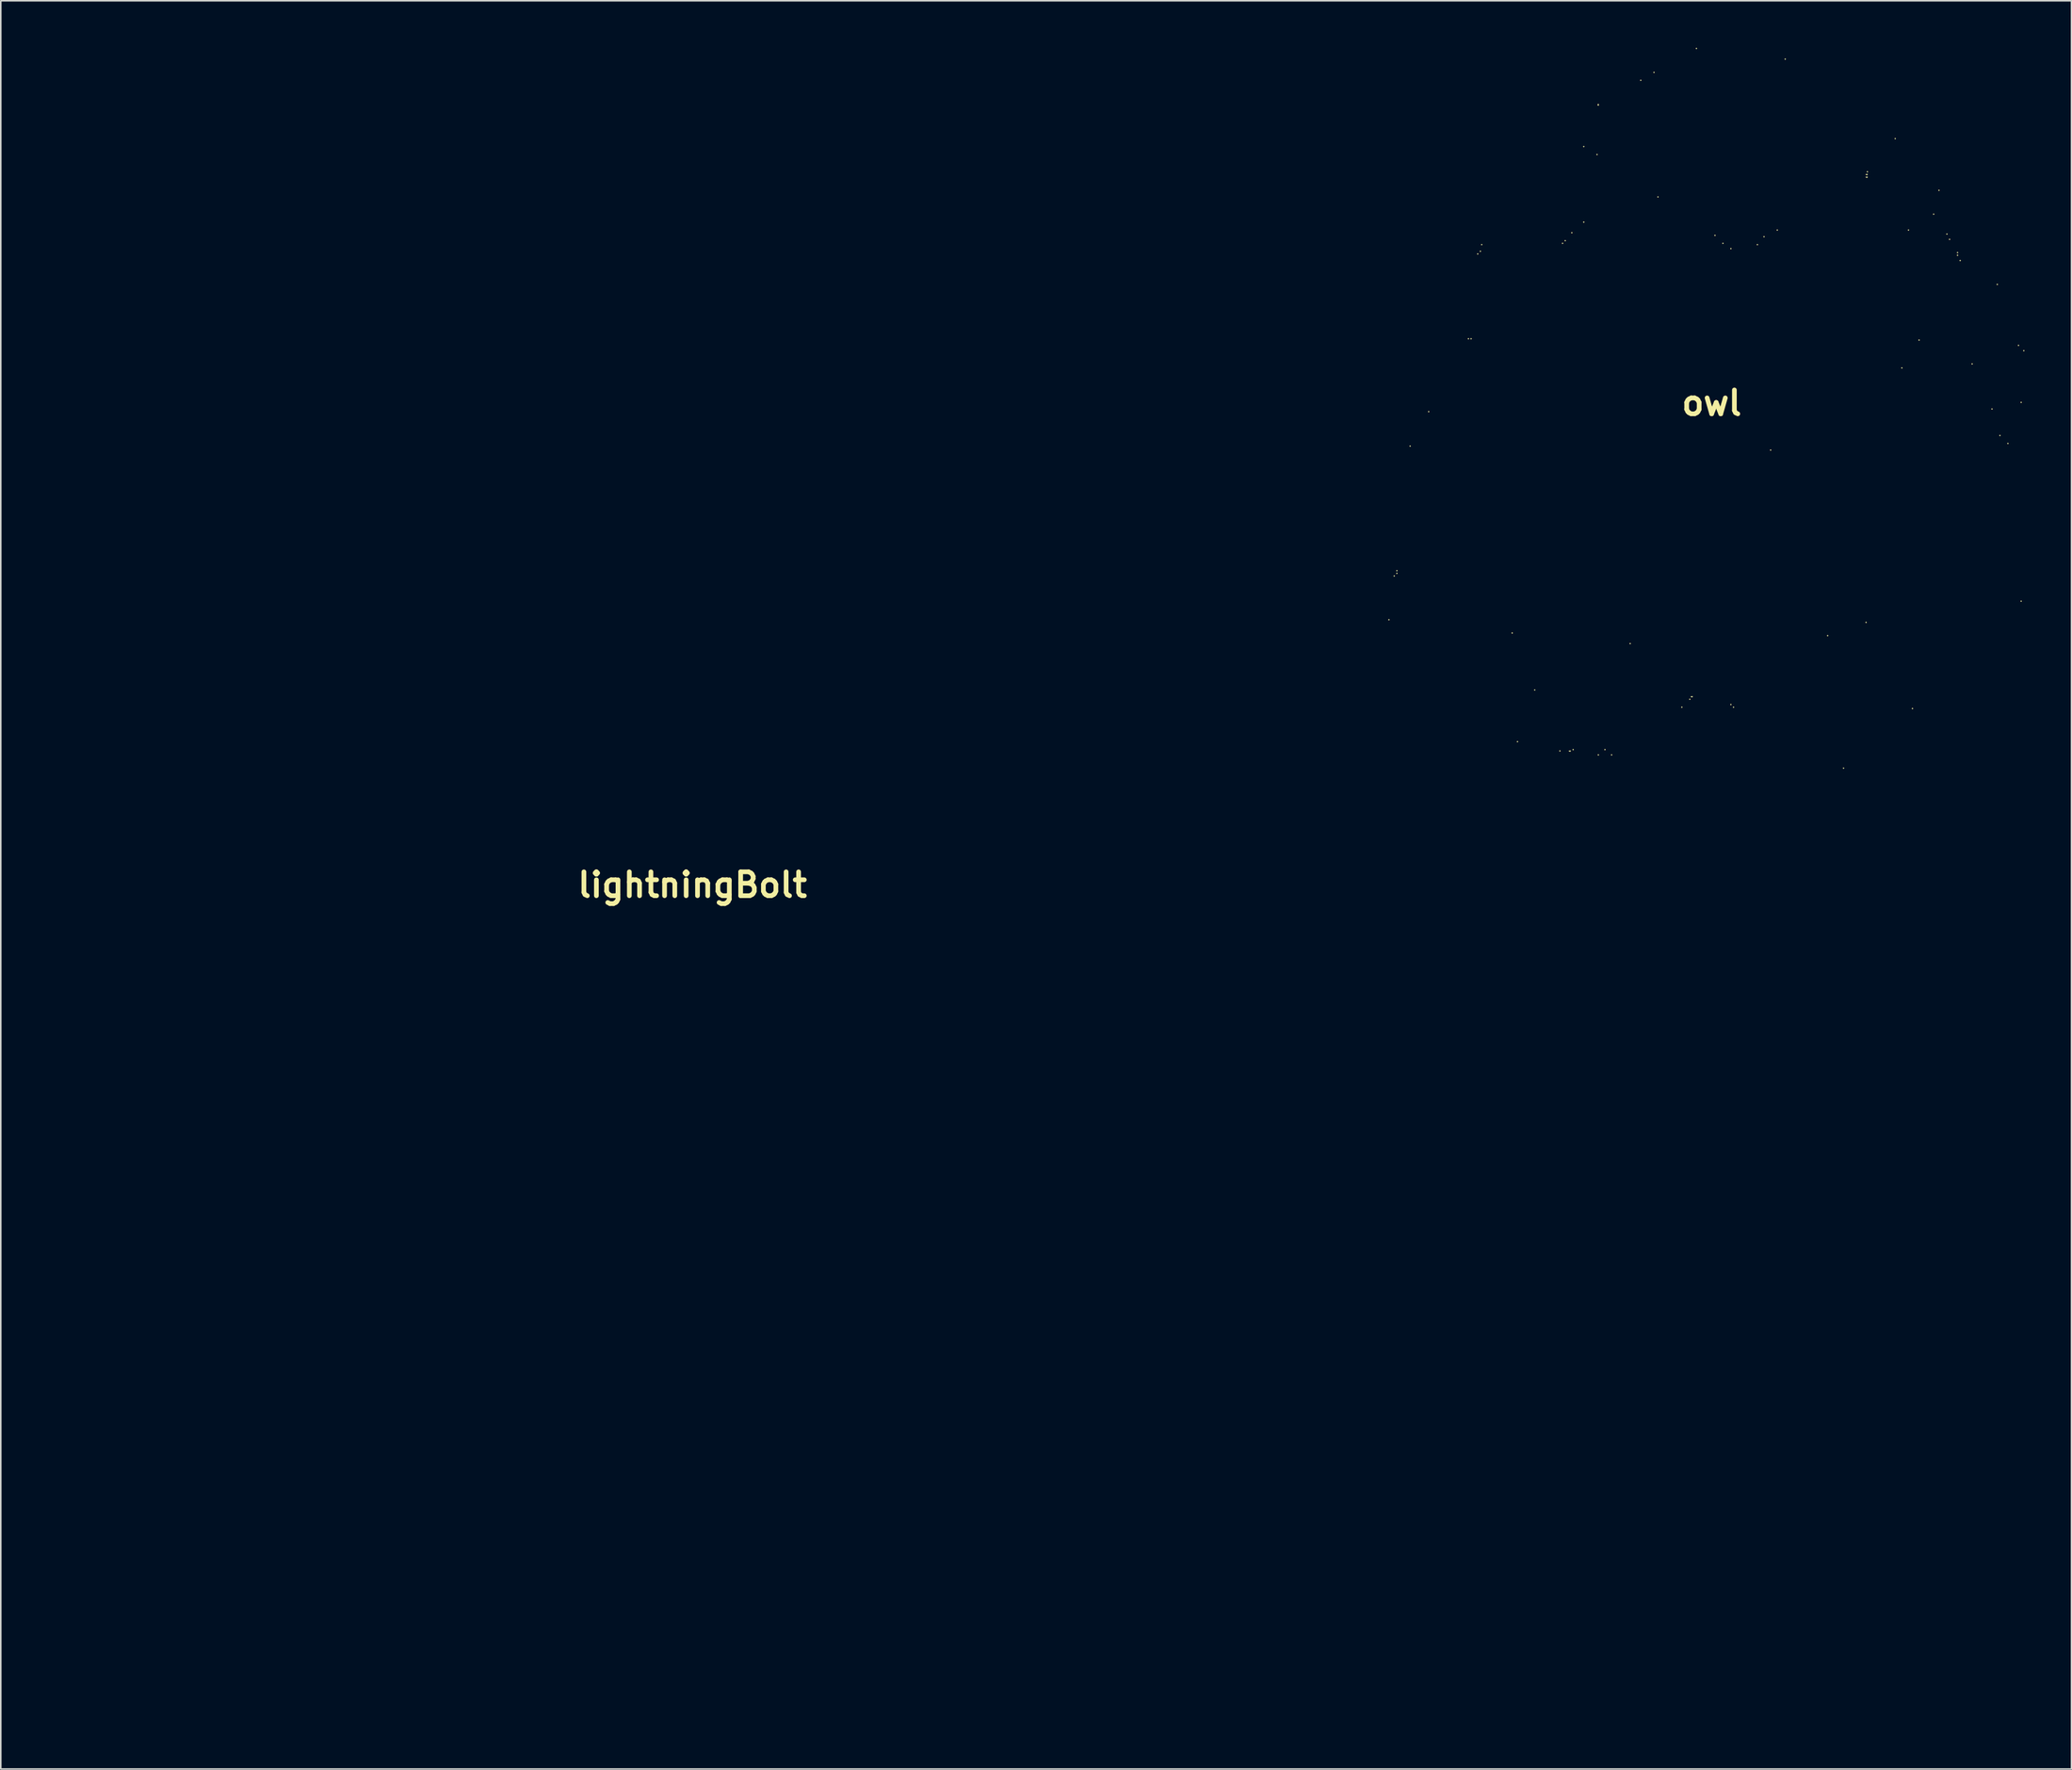
<source format=kicad_pcb>
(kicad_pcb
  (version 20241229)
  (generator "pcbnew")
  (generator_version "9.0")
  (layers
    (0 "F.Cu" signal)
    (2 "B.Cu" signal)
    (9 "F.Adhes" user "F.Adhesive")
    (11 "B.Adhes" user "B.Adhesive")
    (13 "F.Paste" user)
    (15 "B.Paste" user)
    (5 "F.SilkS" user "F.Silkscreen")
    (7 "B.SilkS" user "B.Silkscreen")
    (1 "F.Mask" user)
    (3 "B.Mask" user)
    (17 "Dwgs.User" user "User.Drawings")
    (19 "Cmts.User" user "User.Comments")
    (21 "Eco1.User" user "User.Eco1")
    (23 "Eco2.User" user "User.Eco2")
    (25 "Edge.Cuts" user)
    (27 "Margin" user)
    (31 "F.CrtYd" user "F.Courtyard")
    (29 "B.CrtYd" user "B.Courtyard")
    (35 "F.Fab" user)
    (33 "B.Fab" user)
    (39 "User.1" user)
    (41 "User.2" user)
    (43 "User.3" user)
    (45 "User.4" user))
  (footprint "owl"
    (layer "F.Cu")
    (at 106.291 22.696)
    (property "Reference" "owl" (at 0 0 0) (layer "F.SilkS") (effects (font (size 1.524 1.524) (thickness 0.3))))
    (attr through_hole)
    (fp_poly (pts (xy -20.574 13.843) (xy -20.616 13.885) (xy -20.659 13.843) (xy -20.616 13.801) (xy -20.574 13.843)) (stroke (width 0.01) (type solid)) (fill yes) (layer "F.SilkS"))
    (fp_poly (pts (xy -20.235 11.049) (xy -20.278 11.091) (xy -20.32 11.049) (xy -20.278 11.007) (xy -20.235 11.049)) (stroke (width 0.01) (type solid)) (fill yes) (layer "F.SilkS"))
    (fp_poly (pts (xy -20.066 10.71) (xy -20.108 10.753) (xy -20.151 10.71) (xy -20.108 10.668) (xy -20.066 10.71)) (stroke (width 0.01) (type solid)) (fill yes) (layer "F.SilkS"))
    (fp_poly (pts (xy -20.066 10.88) (xy -20.108 10.922) (xy -20.151 10.88) (xy -20.108 10.837) (xy -20.066 10.88)) (stroke (width 0.01) (type solid)) (fill yes) (layer "F.SilkS"))
    (fp_poly (pts (xy -19.219 2.752) (xy -19.262 2.794) (xy -19.304 2.752) (xy -19.262 2.709) (xy -19.219 2.752)) (stroke (width 0.01) (type solid)) (fill yes) (layer "F.SilkS"))
    (fp_poly (pts (xy -18.034 0.55) (xy -18.076 0.593) (xy -18.119 0.55) (xy -18.076 0.508) (xy -18.034 0.55)) (stroke (width 0.01) (type solid)) (fill yes) (layer "F.SilkS"))
    (fp_poly (pts (xy -15.494 -4.106) (xy -15.536 -4.064) (xy -15.579 -4.106) (xy -15.536 -4.149) (xy -15.494 -4.106)) (stroke (width 0.01) (type solid)) (fill yes) (layer "F.SilkS"))
    (fp_poly (pts (xy -15.325 -4.106) (xy -15.367 -4.064) (xy -15.409 -4.106) (xy -15.367 -4.149) (xy -15.325 -4.106)) (stroke (width 0.01) (type solid)) (fill yes) (layer "F.SilkS"))
    (fp_poly (pts (xy -14.901 -9.525) (xy -14.944 -9.483) (xy -14.986 -9.525) (xy -14.944 -9.567) (xy -14.901 -9.525)) (stroke (width 0.01) (type solid)) (fill yes) (layer "F.SilkS"))
    (fp_poly (pts (xy -14.732 -9.694) (xy -14.774 -9.652) (xy -14.817 -9.694) (xy -14.774 -9.737) (xy -14.732 -9.694)) (stroke (width 0.01) (type solid)) (fill yes) (layer "F.SilkS"))
    (fp_poly (pts (xy -14.647 -10.118) (xy -14.69 -10.075) (xy -14.732 -10.118) (xy -14.69 -10.16) (xy -14.647 -10.118)) (stroke (width 0.01) (type solid)) (fill yes) (layer "F.SilkS"))
    (fp_poly (pts (xy -12.7 14.69) (xy -12.742 14.732) (xy -12.785 14.69) (xy -12.742 14.647) (xy -12.7 14.69)) (stroke (width 0.01) (type solid)) (fill yes) (layer "F.SilkS"))
    (fp_poly (pts (xy -12.361 21.632) (xy -12.404 21.675) (xy -12.446 21.632) (xy -12.404 21.59) (xy -12.361 21.632)) (stroke (width 0.01) (type solid)) (fill yes) (layer "F.SilkS"))
    (fp_poly (pts (xy -11.261 18.33) (xy -11.303 18.373) (xy -11.345 18.33) (xy -11.303 18.288) (xy -11.261 18.33)) (stroke (width 0.01) (type solid)) (fill yes) (layer "F.SilkS"))
    (fp_poly (pts (xy -9.652 22.225) (xy -9.694 22.267) (xy -9.737 22.225) (xy -9.694 22.183) (xy -9.652 22.225)) (stroke (width 0.01) (type solid)) (fill yes) (layer "F.SilkS"))
    (fp_poly (pts (xy -9.483 -10.202) (xy -9.525 -10.16) (xy -9.567 -10.202) (xy -9.525 -10.245) (xy -9.483 -10.202)) (stroke (width 0.01) (type solid)) (fill yes) (layer "F.SilkS"))
    (fp_poly (pts (xy -9.313 -10.372) (xy -9.356 -10.329) (xy -9.398 -10.372) (xy -9.356 -10.414) (xy -9.313 -10.372)) (stroke (width 0.01) (type solid)) (fill yes) (layer "F.SilkS"))
    (fp_poly (pts (xy -8.89 -10.88) (xy -8.932 -10.837) (xy -8.975 -10.88) (xy -8.932 -10.922) (xy -8.89 -10.88)) (stroke (width 0.01) (type solid)) (fill yes) (layer "F.SilkS"))
    (fp_poly (pts (xy -8.805 22.14) (xy -8.848 22.183) (xy -8.89 22.14) (xy -8.848 22.098) (xy -8.805 22.14)) (stroke (width 0.01) (type solid)) (fill yes) (layer "F.SilkS"))
    (fp_poly (pts (xy -8.128 -16.383) (xy -8.17 -16.341) (xy -8.213 -16.383) (xy -8.17 -16.425) (xy -8.128 -16.383)) (stroke (width 0.01) (type solid)) (fill yes) (layer "F.SilkS"))
    (fp_poly (pts (xy -8.128 -11.557) (xy -8.17 -11.515) (xy -8.213 -11.557) (xy -8.17 -11.599) (xy -8.128 -11.557)) (stroke (width 0.01) (type solid)) (fill yes) (layer "F.SilkS"))
    (fp_poly (pts (xy -7.281 -15.875) (xy -7.324 -15.833) (xy -7.366 -15.875) (xy -7.324 -15.917) (xy -7.281 -15.875)) (stroke (width 0.01) (type solid)) (fill yes) (layer "F.SilkS"))
    (fp_poly (pts (xy -7.197 22.479) (xy -7.239 22.521) (xy -7.281 22.479) (xy -7.239 22.437) (xy -7.197 22.479)) (stroke (width 0.01) (type solid)) (fill yes) (layer "F.SilkS"))
    (fp_poly (pts (xy -6.773 22.14) (xy -6.816 22.183) (xy -6.858 22.14) (xy -6.816 22.098) (xy -6.773 22.14)) (stroke (width 0.01) (type solid)) (fill yes) (layer "F.SilkS"))
    (fp_poly (pts (xy -6.35 22.479) (xy -6.392 22.521) (xy -6.435 22.479) (xy -6.392 22.437) (xy -6.35 22.479)) (stroke (width 0.01) (type solid)) (fill yes) (layer "F.SilkS"))
    (fp_poly (pts (xy -5.165 15.367) (xy -5.207 15.409) (xy -5.249 15.367) (xy -5.207 15.325) (xy -5.165 15.367)) (stroke (width 0.01) (type solid)) (fill yes) (layer "F.SilkS"))
    (fp_poly (pts (xy -4.487 -20.616) (xy -4.53 -20.574) (xy -4.572 -20.616) (xy -4.53 -20.659) (xy -4.487 -20.616)) (stroke (width 0.01) (type solid)) (fill yes) (layer "F.SilkS"))
    (fp_poly (pts (xy -3.641 -21.124) (xy -3.683 -21.082) (xy -3.725 -21.124) (xy -3.683 -21.167) (xy -3.641 -21.124)) (stroke (width 0.01) (type solid)) (fill yes) (layer "F.SilkS"))
    (fp_poly (pts (xy -3.387 -13.166) (xy -3.429 -13.123) (xy -3.471 -13.166) (xy -3.429 -13.208) (xy -3.387 -13.166)) (stroke (width 0.01) (type solid)) (fill yes) (layer "F.SilkS"))
    (fp_poly (pts (xy -1.863 19.431) (xy -1.905 19.473) (xy -1.947 19.431) (xy -1.905 19.389) (xy -1.863 19.431)) (stroke (width 0.01) (type solid)) (fill yes) (layer "F.SilkS"))
    (fp_poly (pts (xy -1.355 18.923) (xy -1.397 18.965) (xy -1.439 18.923) (xy -1.397 18.881) (xy -1.355 18.923)) (stroke (width 0.01) (type solid)) (fill yes) (layer "F.SilkS"))
    (fp_poly (pts (xy -0.931 -22.648) (xy -0.974 -22.606) (xy -1.016 -22.648) (xy -0.974 -22.691) (xy -0.931 -22.648)) (stroke (width 0.01) (type solid)) (fill yes) (layer "F.SilkS"))
    (fp_poly (pts (xy 0.254 -10.71) (xy 0.212 -10.668) (xy 0.169 -10.71) (xy 0.212 -10.753) (xy 0.254 -10.71)) (stroke (width 0.01) (type solid)) (fill yes) (layer "F.SilkS"))
    (fp_poly (pts (xy 0.762 -10.202) (xy 0.72 -10.16) (xy 0.677 -10.202) (xy 0.72 -10.245) (xy 0.762 -10.202)) (stroke (width 0.01) (type solid)) (fill yes) (layer "F.SilkS"))
    (fp_poly (pts (xy 1.27 -9.864) (xy 1.228 -9.821) (xy 1.185 -9.864) (xy 1.228 -9.906) (xy 1.27 -9.864)) (stroke (width 0.01) (type solid)) (fill yes) (layer "F.SilkS"))
    (fp_poly (pts (xy 1.27 19.262) (xy 1.228 19.304) (xy 1.185 19.262) (xy 1.228 19.219) (xy 1.27 19.262)) (stroke (width 0.01) (type solid)) (fill yes) (layer "F.SilkS"))
    (fp_poly (pts (xy 1.439 19.431) (xy 1.397 19.473) (xy 1.355 19.431) (xy 1.397 19.389) (xy 1.439 19.431)) (stroke (width 0.01) (type solid)) (fill yes) (layer "F.SilkS"))
    (fp_poly (pts (xy 2.963 -10.118) (xy 2.921 -10.075) (xy 2.879 -10.118) (xy 2.921 -10.16) (xy 2.963 -10.118)) (stroke (width 0.01) (type solid)) (fill yes) (layer "F.SilkS"))
    (fp_poly (pts (xy 3.387 -10.626) (xy 3.344 -10.583) (xy 3.302 -10.626) (xy 3.344 -10.668) (xy 3.387 -10.626)) (stroke (width 0.01) (type solid)) (fill yes) (layer "F.SilkS"))
    (fp_poly (pts (xy 3.81 3.006) (xy 3.768 3.048) (xy 3.725 3.006) (xy 3.768 2.963) (xy 3.81 3.006)) (stroke (width 0.01) (type solid)) (fill yes) (layer "F.SilkS"))
    (fp_poly (pts (xy 4.233 -11.049) (xy 4.191 -11.007) (xy 4.149 -11.049) (xy 4.191 -11.091) (xy 4.233 -11.049)) (stroke (width 0.01) (type solid)) (fill yes) (layer "F.SilkS"))
    (fp_poly (pts (xy 4.741 -21.971) (xy 4.699 -21.929) (xy 4.657 -21.971) (xy 4.699 -22.013) (xy 4.741 -21.971)) (stroke (width 0.01) (type solid)) (fill yes) (layer "F.SilkS"))
    (fp_poly (pts (xy 7.451 14.859) (xy 7.408 14.901) (xy 7.366 14.859) (xy 7.408 14.817) (xy 7.451 14.859)) (stroke (width 0.01) (type solid)) (fill yes) (layer "F.SilkS"))
    (fp_poly (pts (xy 8.467 23.326) (xy 8.424 23.368) (xy 8.382 23.326) (xy 8.424 23.283) (xy 8.467 23.326)) (stroke (width 0.01) (type solid)) (fill yes) (layer "F.SilkS"))
    (fp_poly (pts (xy 9.906 14.012) (xy 9.864 14.055) (xy 9.821 14.012) (xy 9.864 13.97) (xy 9.906 14.012)) (stroke (width 0.01) (type solid)) (fill yes) (layer "F.SilkS"))
    (fp_poly (pts (xy 9.991 -14.774) (xy 9.948 -14.732) (xy 9.906 -14.774) (xy 9.948 -14.817) (xy 9.991 -14.774)) (stroke (width 0.01) (type solid)) (fill yes) (layer "F.SilkS"))
    (fp_poly (pts (xy 11.769 -16.891) (xy 11.726 -16.849) (xy 11.684 -16.891) (xy 11.726 -16.933) (xy 11.769 -16.891)) (stroke (width 0.01) (type solid)) (fill yes) (layer "F.SilkS"))
    (fp_poly (pts (xy 12.192 -2.244) (xy 12.15 -2.201) (xy 12.107 -2.244) (xy 12.15 -2.286) (xy 12.192 -2.244)) (stroke (width 0.01) (type solid)) (fill yes) (layer "F.SilkS"))
    (fp_poly (pts (xy 12.615 -11.049) (xy 12.573 -11.007) (xy 12.531 -11.049) (xy 12.573 -11.091) (xy 12.615 -11.049)) (stroke (width 0.01) (type solid)) (fill yes) (layer "F.SilkS"))
    (fp_poly (pts (xy 12.869 19.516) (xy 12.827 19.558) (xy 12.785 19.516) (xy 12.827 19.473) (xy 12.869 19.516)) (stroke (width 0.01) (type solid)) (fill yes) (layer "F.SilkS"))
    (fp_poly (pts (xy 13.293 -4.022) (xy 13.25 -3.979) (xy 13.208 -4.022) (xy 13.25 -4.064) (xy 13.293 -4.022)) (stroke (width 0.01) (type solid)) (fill yes) (layer "F.SilkS"))
    (fp_poly (pts (xy 14.224 -12.065) (xy 14.182 -12.023) (xy 14.139 -12.065) (xy 14.182 -12.107) (xy 14.224 -12.065)) (stroke (width 0.01) (type solid)) (fill yes) (layer "F.SilkS"))
    (fp_poly (pts (xy 14.563 -13.589) (xy 14.52 -13.547) (xy 14.478 -13.589) (xy 14.52 -13.631) (xy 14.563 -13.589)) (stroke (width 0.01) (type solid)) (fill yes) (layer "F.SilkS"))
    (fp_poly (pts (xy 15.071 -10.795) (xy 15.028 -10.753) (xy 14.986 -10.795) (xy 15.028 -10.837) (xy 15.071 -10.795)) (stroke (width 0.01) (type solid)) (fill yes) (layer "F.SilkS"))
    (fp_poly (pts (xy 15.24 -10.456) (xy 15.198 -10.414) (xy 15.155 -10.456) (xy 15.198 -10.499) (xy 15.24 -10.456)) (stroke (width 0.01) (type solid)) (fill yes) (layer "F.SilkS"))
    (fp_poly (pts (xy 15.748 -9.61) (xy 15.706 -9.567) (xy 15.663 -9.61) (xy 15.706 -9.652) (xy 15.748 -9.61)) (stroke (width 0.01) (type solid)) (fill yes) (layer "F.SilkS"))
    (fp_poly (pts (xy 15.748 -9.44) (xy 15.706 -9.398) (xy 15.663 -9.44) (xy 15.706 -9.483) (xy 15.748 -9.44)) (stroke (width 0.01) (type solid)) (fill yes) (layer "F.SilkS"))
    (fp_poly (pts (xy 15.917 -9.102) (xy 15.875 -9.059) (xy 15.833 -9.102) (xy 15.875 -9.144) (xy 15.917 -9.102)) (stroke (width 0.01) (type solid)) (fill yes) (layer "F.SilkS"))
    (fp_poly (pts (xy 16.679 -2.498) (xy 16.637 -2.455) (xy 16.595 -2.498) (xy 16.637 -2.54) (xy 16.679 -2.498)) (stroke (width 0.01) (type solid)) (fill yes) (layer "F.SilkS"))
    (fp_poly (pts (xy 17.949 0.381) (xy 17.907 0.423) (xy 17.865 0.381) (xy 17.907 0.339) (xy 17.949 0.381)) (stroke (width 0.01) (type solid)) (fill yes) (layer "F.SilkS"))
    (fp_poly (pts (xy 18.288 -7.578) (xy 18.246 -7.535) (xy 18.203 -7.578) (xy 18.246 -7.62) (xy 18.288 -7.578)) (stroke (width 0.01) (type solid)) (fill yes) (layer "F.SilkS"))
    (fp_poly (pts (xy 18.457 2.074) (xy 18.415 2.117) (xy 18.373 2.074) (xy 18.415 2.032) (xy 18.457 2.074)) (stroke (width 0.01) (type solid)) (fill yes) (layer "F.SilkS"))
    (fp_poly (pts (xy 18.965 2.582) (xy 18.923 2.625) (xy 18.881 2.582) (xy 18.923 2.54) (xy 18.965 2.582)) (stroke (width 0.01) (type solid)) (fill yes) (layer "F.SilkS"))
    (fp_poly (pts (xy 19.643 -3.683) (xy 19.6 -3.641) (xy 19.558 -3.683) (xy 19.6 -3.725) (xy 19.643 -3.683)) (stroke (width 0.01) (type solid)) (fill yes) (layer "F.SilkS"))
    (fp_poly (pts (xy 19.812 -0.042) (xy 19.77 0) (xy 19.727 -0.042) (xy 19.77 -0.085) (xy 19.812 -0.042)) (stroke (width 0.01) (type solid)) (fill yes) (layer "F.SilkS"))
    (fp_poly (pts (xy 19.812 12.658) (xy 19.77 12.7) (xy 19.727 12.658) (xy 19.77 12.615) (xy 19.812 12.658)) (stroke (width 0.01) (type solid)) (fill yes) (layer "F.SilkS"))
    (fp_poly (pts (xy 19.981 -3.344) (xy 19.939 -3.302) (xy 19.897 -3.344) (xy 19.939 -3.387) (xy 19.981 -3.344)) (stroke (width 0.01) (type solid)) (fill yes) (layer "F.SilkS"))
    (fp_poly (pts (xy -9.003 22.211) (xy -9.015 22.261) (xy -9.059 22.267) (xy -9.129 22.236) (xy -9.116 22.211) (xy -9.015 22.201) (xy -9.003 22.211)) (stroke (width 0.01) (type solid)) (fill yes) (layer "F.SilkS"))
    (fp_poly (pts (xy -7.225 -19.106) (xy -7.215 -19.006) (xy -7.225 -18.994) (xy -7.275 -19.005) (xy -7.281 -19.05) (xy -7.25 -19.12) (xy -7.225 -19.106)) (stroke (width 0.01) (type solid)) (fill yes) (layer "F.SilkS"))
    (fp_poly (pts (xy -1.214 18.74) (xy -1.225 18.79) (xy -1.27 18.796) (xy -1.34 18.765) (xy -1.326 18.74) (xy -1.226 18.729) (xy -1.214 18.74)) (stroke (width 0.01) (type solid)) (fill yes) (layer "F.SilkS"))
    (fp_poly (pts (xy 9.962 -14.619) (xy 9.951 -14.569) (xy 9.906 -14.563) (xy 9.836 -14.594) (xy 9.85 -14.619) (xy 9.95 -14.629) (xy 9.962 -14.619)) (stroke (width 0.01) (type solid)) (fill yes) (layer "F.SilkS"))
    (fp_poly (pts (xy 9.962 -14.45) (xy 9.951 -14.399) (xy 9.906 -14.393) (xy 9.836 -14.424) (xy 9.85 -14.45) (xy 9.95 -14.46) (xy 9.962 -14.45)) (stroke (width 0.01) (type solid)) (fill yes) (layer "F.SilkS")))
  (footprint "lightningBolt"
    (layer "F.Cu")
    (at 41.18 53.479)
    (property "Reference" "lightningBolt" (at 0 0 0) (layer "F.SilkS") (effects (font (size 1.524 1.524) (thickness 0.3))))
    (attr through_hole)
    (fp_poly (pts (xy 41.442 53.474) (xy -41.175 53.474) (xy -41.175 -53.474) (xy 41.442 -53.474) (xy 41.442 53.474)) (stroke (width 0.01) (type solid)) (fill yes) (layer "F.Mask")))
  (gr_rect
    (start -3 -3)
    (end 129.277 109.957)
    (stroke (width 0.1) (type default))
    (fill no)
    (layer "Edge.Cuts")))
</source>
